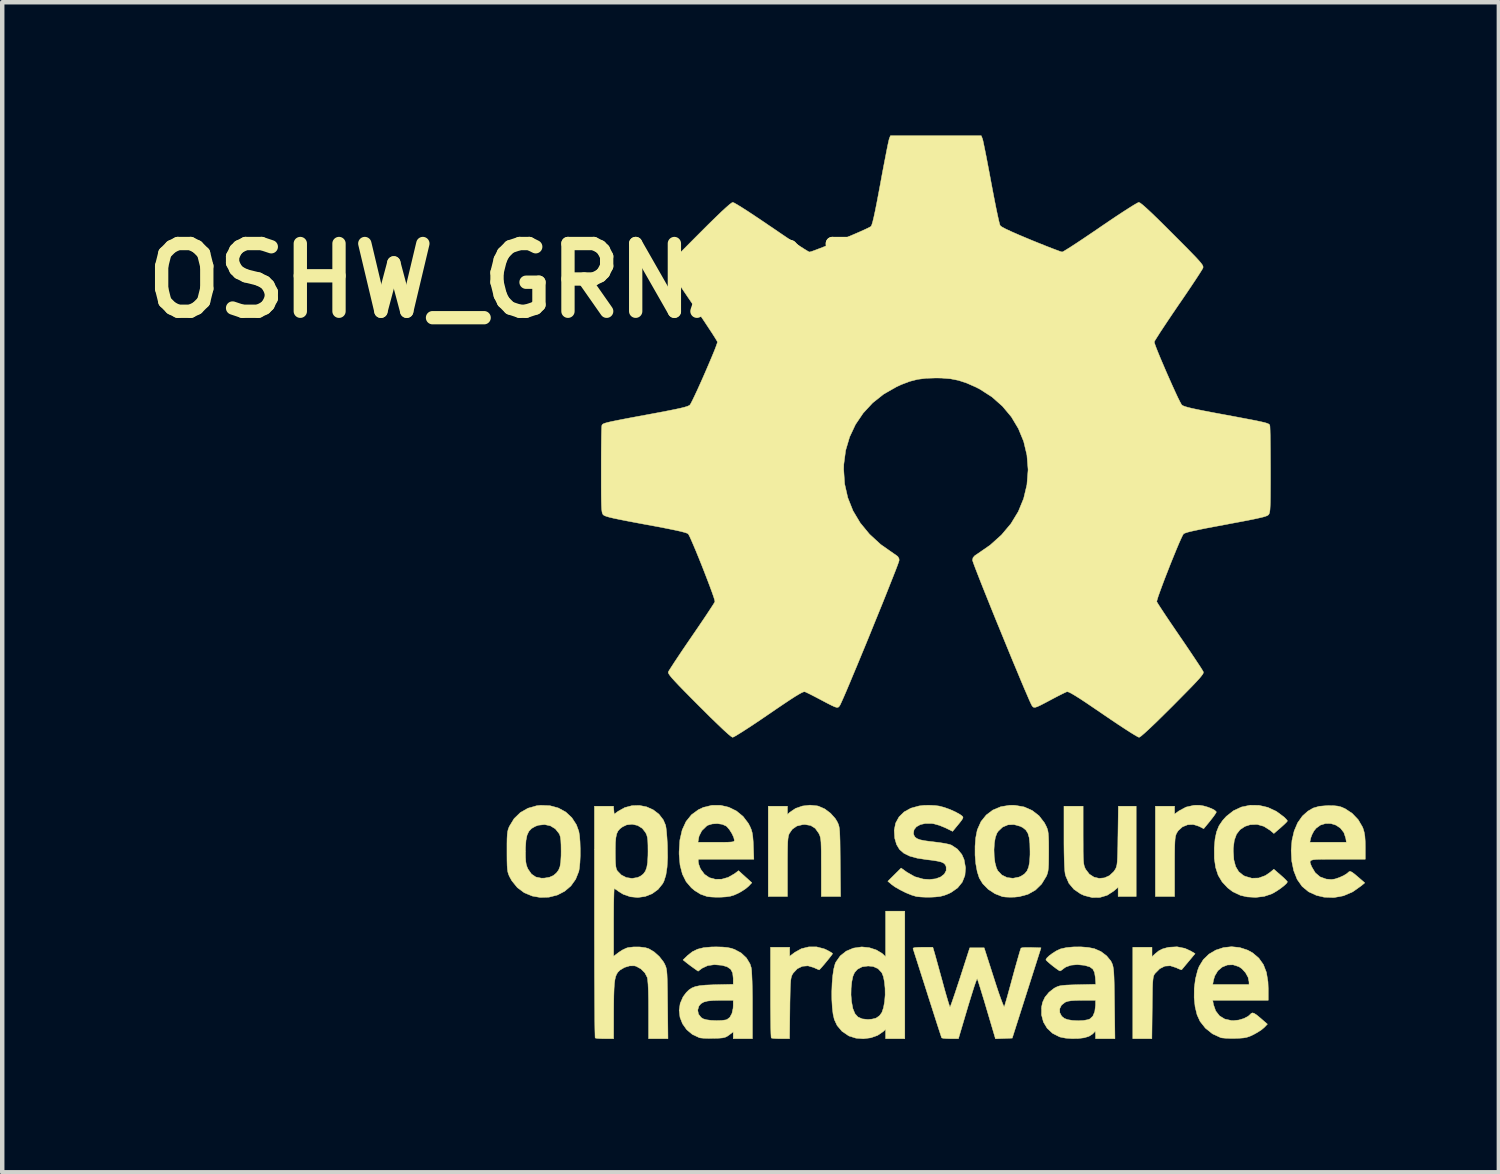
<source format=kicad_pcb>
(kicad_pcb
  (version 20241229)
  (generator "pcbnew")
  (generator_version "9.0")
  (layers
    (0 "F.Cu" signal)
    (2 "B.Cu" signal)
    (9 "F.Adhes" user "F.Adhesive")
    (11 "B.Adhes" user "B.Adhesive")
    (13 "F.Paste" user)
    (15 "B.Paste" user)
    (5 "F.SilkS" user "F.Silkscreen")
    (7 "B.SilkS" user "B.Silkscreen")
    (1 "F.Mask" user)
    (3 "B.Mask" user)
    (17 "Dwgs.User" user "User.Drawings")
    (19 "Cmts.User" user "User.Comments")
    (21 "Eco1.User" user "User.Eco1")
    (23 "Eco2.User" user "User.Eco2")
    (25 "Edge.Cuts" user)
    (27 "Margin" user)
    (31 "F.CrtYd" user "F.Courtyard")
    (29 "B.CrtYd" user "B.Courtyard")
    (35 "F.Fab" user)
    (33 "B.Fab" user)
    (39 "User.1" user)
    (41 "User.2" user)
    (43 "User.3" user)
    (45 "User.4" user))
  (footprint "OSHW_GRNADE"
    (layer "F.Cu")
    (at 17.998 10.165)
    (property "Reference" "OSHW_GRNADE" (at -9.5 -6.9 0) (layer "F.SilkS") (effects (font (size 1.524 1.524) (thickness 0.3))))
    (attr through_hole)
    (fp_poly (pts (xy 6.038 4.922) (xy 6.132 4.949) (xy 6.22 4.983) (xy 6.287 5.019) (xy 6.322 5.052) (xy 6.325 5.06) (xy 6.309 5.091) (xy 6.269 5.15) (xy 6.21 5.226) (xy 6.183 5.261) (xy 6.041 5.434) (xy 5.937 5.381) (xy 5.807 5.34) (xy 5.679 5.345) (xy 5.562 5.393) (xy 5.466 5.48) (xy 5.429 5.539) (xy 5.416 5.571) (xy 5.405 5.611) (xy 5.397 5.666) (xy 5.392 5.742) (xy 5.388 5.845) (xy 5.386 5.982) (xy 5.385 6.16) (xy 5.385 6.293) (xy 5.385 6.96) (xy 4.953 6.96) (xy 4.953 4.928) (xy 5.385 4.928) (xy 5.385 5.106) (xy 5.485 5.033) (xy 5.644 4.948) (xy 5.822 4.908) (xy 5.951 4.907) (xy 6.038 4.922)) (stroke (width 0.01) (type solid)) (fill yes) (layer "F.SilkS"))
    (fp_poly (pts (xy 5.617 8.127) (xy 5.75 8.188) (xy 5.847 8.246) (xy 5.7 8.422) (xy 5.634 8.501) (xy 5.582 8.564) (xy 5.55 8.602) (xy 5.545 8.609) (xy 5.52 8.604) (xy 5.464 8.582) (xy 5.42 8.561) (xy 5.289 8.519) (xy 5.166 8.527) (xy 5.051 8.585) (xy 4.945 8.692) (xy 4.942 8.697) (xy 4.926 8.72) (xy 4.914 8.748) (xy 4.905 8.786) (xy 4.898 8.841) (xy 4.892 8.918) (xy 4.888 9.025) (xy 4.886 9.167) (xy 4.883 9.35) (xy 4.882 9.463) (xy 4.874 10.16) (xy 4.445 10.16) (xy 4.445 8.103) (xy 4.877 8.103) (xy 4.877 8.315) (xy 4.947 8.25) (xy 5.028 8.184) (xy 5.112 8.141) (xy 5.221 8.11) (xy 5.263 8.102) (xy 5.441 8.092) (xy 5.617 8.127)) (stroke (width 0.01) (type solid)) (fill yes) (layer "F.SilkS"))
    (fp_poly (pts (xy 3.327 5.584) (xy 3.328 5.784) (xy 3.328 5.94) (xy 3.33 6.059) (xy 3.334 6.148) (xy 3.34 6.213) (xy 3.349 6.261) (xy 3.361 6.298) (xy 3.376 6.333) (xy 3.385 6.35) (xy 3.467 6.457) (xy 3.57 6.524) (xy 3.687 6.552) (xy 3.806 6.541) (xy 3.92 6.49) (xy 4.017 6.399) (xy 4.05 6.35) (xy 4.066 6.32) (xy 4.078 6.285) (xy 4.088 6.241) (xy 4.095 6.179) (xy 4.1 6.093) (xy 4.104 5.977) (xy 4.108 5.824) (xy 4.11 5.628) (xy 4.111 5.594) (xy 4.12 4.928) (xy 4.521 4.928) (xy 4.521 6.96) (xy 4.115 6.96) (xy 4.115 6.752) (xy 4.013 6.839) (xy 3.867 6.933) (xy 3.704 6.981) (xy 3.53 6.983) (xy 3.353 6.938) (xy 3.272 6.902) (xy 3.119 6.797) (xy 3.006 6.662) (xy 2.935 6.497) (xy 2.923 6.451) (xy 2.915 6.387) (xy 2.908 6.279) (xy 2.902 6.134) (xy 2.898 5.96) (xy 2.896 5.762) (xy 2.896 5.625) (xy 2.896 4.928) (xy 3.327 4.928) (xy 3.327 5.584)) (stroke (width 0.01) (type solid)) (fill yes) (layer "F.SilkS"))
    (fp_poly (pts (xy -2.671 8.094) (xy -2.5 8.138) (xy -2.445 8.163) (xy -2.374 8.201) (xy -2.325 8.231) (xy -2.311 8.245) (xy -2.326 8.27) (xy -2.366 8.322) (xy -2.42 8.39) (xy -2.481 8.464) (xy -2.539 8.532) (xy -2.585 8.584) (xy -2.611 8.61) (xy -2.613 8.611) (xy -2.641 8.6) (xy -2.699 8.575) (xy -2.735 8.558) (xy -2.865 8.52) (xy -2.991 8.53) (xy -3.104 8.585) (xy -3.197 8.683) (xy -3.22 8.721) (xy -3.233 8.751) (xy -3.244 8.792) (xy -3.253 8.848) (xy -3.259 8.927) (xy -3.264 9.035) (xy -3.267 9.178) (xy -3.271 9.362) (xy -3.272 9.481) (xy -3.28 10.16) (xy -3.477 10.16) (xy -3.573 10.158) (xy -3.648 10.153) (xy -3.689 10.145) (xy -3.691 10.143) (xy -3.695 10.115) (xy -3.699 10.041) (xy -3.702 9.928) (xy -3.704 9.78) (xy -3.706 9.604) (xy -3.708 9.404) (xy -3.708 9.187) (xy -3.708 9.114) (xy -3.708 8.103) (xy -3.277 8.103) (xy -3.277 8.305) (xy -3.162 8.218) (xy -3.013 8.135) (xy -2.846 8.094) (xy -2.671 8.094)) (stroke (width 0.01) (type solid)) (fill yes) (layer "F.SilkS"))
    (fp_poly (pts (xy -2.655 4.921) (xy -2.627 4.928) (xy -2.488 4.989) (xy -2.357 5.087) (xy -2.25 5.207) (xy -2.21 5.273) (xy -2.192 5.309) (xy -2.178 5.343) (xy -2.167 5.382) (xy -2.158 5.432) (xy -2.152 5.499) (xy -2.148 5.588) (xy -2.144 5.707) (xy -2.142 5.86) (xy -2.14 6.055) (xy -2.139 6.179) (xy -2.131 6.96) (xy -2.565 6.96) (xy -2.565 6.305) (xy -2.566 6.104) (xy -2.566 5.948) (xy -2.569 5.829) (xy -2.572 5.74) (xy -2.578 5.675) (xy -2.587 5.626) (xy -2.599 5.587) (xy -2.615 5.551) (xy -2.623 5.536) (xy -2.701 5.427) (xy -2.803 5.362) (xy -2.932 5.34) (xy -2.98 5.342) (xy -3.115 5.374) (xy -3.218 5.446) (xy -3.283 5.539) (xy -3.297 5.571) (xy -3.307 5.611) (xy -3.315 5.666) (xy -3.321 5.742) (xy -3.324 5.845) (xy -3.326 5.982) (xy -3.327 6.16) (xy -3.327 6.293) (xy -3.327 6.96) (xy -3.759 6.96) (xy -3.759 4.928) (xy -3.327 4.928) (xy -3.327 5.114) (xy -3.27 5.062) (xy -3.143 4.977) (xy -2.989 4.924) (xy -2.821 4.904) (xy -2.655 4.921)) (stroke (width 0.01) (type solid)) (fill yes) (layer "F.SilkS"))
    (fp_poly (pts (xy 7.285 4.909) (xy 7.484 4.955) (xy 7.675 5.044) (xy 7.852 5.175) (xy 7.855 5.178) (xy 7.9 5.224) (xy 7.924 5.256) (xy 7.925 5.26) (xy 7.907 5.284) (xy 7.859 5.332) (xy 7.792 5.393) (xy 7.773 5.41) (xy 7.62 5.542) (xy 7.538 5.472) (xy 7.395 5.381) (xy 7.243 5.338) (xy 7.088 5.344) (xy 6.97 5.382) (xy 6.859 5.455) (xy 6.779 5.558) (xy 6.729 5.696) (xy 6.707 5.873) (xy 6.706 5.944) (xy 6.719 6.135) (xy 6.759 6.286) (xy 6.828 6.401) (xy 6.928 6.483) (xy 6.97 6.505) (xy 7.124 6.549) (xy 7.279 6.544) (xy 7.429 6.489) (xy 7.537 6.415) (xy 7.619 6.346) (xy 7.772 6.479) (xy 7.844 6.543) (xy 7.897 6.596) (xy 7.924 6.628) (xy 7.925 6.631) (xy 7.905 6.664) (xy 7.852 6.714) (xy 7.777 6.773) (xy 7.691 6.832) (xy 7.605 6.883) (xy 7.57 6.901) (xy 7.403 6.957) (xy 7.214 6.98) (xy 7.02 6.969) (xy 6.867 6.934) (xy 6.694 6.852) (xy 6.58 6.765) (xy 6.456 6.632) (xy 6.366 6.482) (xy 6.309 6.307) (xy 6.28 6.103) (xy 6.279 5.866) (xy 6.296 5.666) (xy 6.33 5.505) (xy 6.385 5.369) (xy 6.467 5.248) (xy 6.551 5.155) (xy 6.712 5.029) (xy 6.892 4.946) (xy 7.086 4.906) (xy 7.285 4.909)) (stroke (width 0.01) (type solid)) (fill yes) (layer "F.SilkS"))
    (fp_poly (pts (xy -0.686 10.16) (xy -1.118 10.16) (xy -1.118 9.948) (xy -1.175 10.002) (xy -1.299 10.086) (xy -1.452 10.14) (xy -1.619 10.161) (xy -1.786 10.148) (xy -1.94 10.1) (xy -1.951 10.094) (xy -2.099 9.994) (xy -2.21 9.862) (xy -2.272 9.729) (xy -2.3 9.608) (xy -2.318 9.455) (xy -2.328 9.281) (xy -2.329 9.175) (xy -1.897 9.175) (xy -1.885 9.323) (xy -1.855 9.482) (xy -1.808 9.597) (xy -1.74 9.672) (xy -1.645 9.714) (xy -1.518 9.728) (xy -1.516 9.728) (xy -1.426 9.72) (xy -1.345 9.701) (xy -1.323 9.691) (xy -1.253 9.641) (xy -1.201 9.568) (xy -1.165 9.462) (xy -1.14 9.322) (xy -1.128 9.176) (xy -1.13 9.026) (xy -1.144 8.883) (xy -1.168 8.763) (xy -1.202 8.678) (xy -1.205 8.673) (xy -1.288 8.584) (xy -1.398 8.535) (xy -1.511 8.524) (xy -1.647 8.542) (xy -1.752 8.598) (xy -1.818 8.674) (xy -1.854 8.757) (xy -1.879 8.878) (xy -1.894 9.021) (xy -1.897 9.175) (xy -2.329 9.175) (xy -2.329 9.096) (xy -2.322 8.912) (xy -2.307 8.74) (xy -2.285 8.592) (xy -2.255 8.477) (xy -2.239 8.439) (xy -2.139 8.297) (xy -2.005 8.19) (xy -1.843 8.122) (xy -1.659 8.095) (xy -1.651 8.095) (xy -1.485 8.112) (xy -1.33 8.162) (xy -1.2 8.239) (xy -1.175 8.261) (xy -1.118 8.315) (xy -1.118 7.29) (xy -0.686 7.29) (xy -0.686 10.16)) (stroke (width 0.01) (type solid)) (fill yes) (layer "F.SilkS"))
    (fp_poly (pts (xy 6.852 8.109) (xy 7.031 8.168) (xy 7.142 8.229) (xy 7.281 8.347) (xy 7.384 8.492) (xy 7.452 8.668) (xy 7.487 8.88) (xy 7.493 9.03) (xy 7.493 9.296) (xy 6.243 9.296) (xy 6.26 9.392) (xy 6.31 9.535) (xy 6.395 9.645) (xy 6.514 9.718) (xy 6.662 9.751) (xy 6.711 9.753) (xy 6.831 9.74) (xy 6.947 9.705) (xy 7.042 9.655) (xy 7.083 9.618) (xy 7.111 9.59) (xy 7.14 9.579) (xy 7.178 9.591) (xy 7.233 9.627) (xy 7.312 9.692) (xy 7.381 9.752) (xy 7.474 9.833) (xy 7.401 9.909) (xy 7.34 9.96) (xy 7.252 10.017) (xy 7.164 10.066) (xy 7.081 10.105) (xy 7.01 10.129) (xy 6.934 10.143) (xy 6.836 10.15) (xy 6.744 10.153) (xy 6.629 10.153) (xy 6.526 10.149) (xy 6.451 10.142) (xy 6.426 10.137) (xy 6.239 10.051) (xy 6.079 9.923) (xy 5.959 9.771) (xy 5.891 9.622) (xy 5.847 9.441) (xy 5.826 9.238) (xy 5.828 9.025) (xy 5.839 8.941) (xy 6.243 8.941) (xy 7.061 8.941) (xy 7.061 8.883) (xy 7.04 8.78) (xy 6.982 8.675) (xy 6.9 8.585) (xy 6.833 8.539) (xy 6.701 8.497) (xy 6.573 8.501) (xy 6.457 8.548) (xy 6.359 8.631) (xy 6.289 8.748) (xy 6.26 8.846) (xy 6.243 8.941) (xy 5.839 8.941) (xy 5.855 8.815) (xy 5.905 8.62) (xy 5.938 8.534) (xy 6.032 8.38) (xy 6.159 8.257) (xy 6.313 8.166) (xy 6.485 8.11) (xy 6.667 8.09) (xy 6.852 8.109)) (stroke (width 0.01) (type solid)) (fill yes) (layer "F.SilkS"))
    (fp_poly (pts (xy 1.792 4.908) (xy 1.998 4.944) (xy 2.18 5.024) (xy 2.334 5.143) (xy 2.456 5.301) (xy 2.498 5.382) (xy 2.518 5.429) (xy 2.533 5.479) (xy 2.542 5.539) (xy 2.548 5.619) (xy 2.552 5.728) (xy 2.553 5.875) (xy 2.553 5.944) (xy 2.552 6.108) (xy 2.55 6.231) (xy 2.545 6.321) (xy 2.537 6.387) (xy 2.524 6.44) (xy 2.507 6.487) (xy 2.498 6.506) (xy 2.392 6.68) (xy 2.254 6.815) (xy 2.086 6.91) (xy 1.89 6.963) (xy 1.786 6.974) (xy 1.679 6.976) (xy 1.583 6.972) (xy 1.516 6.964) (xy 1.511 6.963) (xy 1.342 6.897) (xy 1.19 6.797) (xy 1.067 6.671) (xy 0.99 6.544) (xy 0.944 6.401) (xy 0.912 6.225) (xy 0.895 6.029) (xy 0.895 5.906) (xy 1.321 5.906) (xy 1.326 6.059) (xy 1.344 6.201) (xy 1.376 6.319) (xy 1.406 6.38) (xy 1.498 6.477) (xy 1.616 6.534) (xy 1.748 6.55) (xy 1.884 6.523) (xy 1.933 6.501) (xy 2.009 6.451) (xy 2.064 6.386) (xy 2.101 6.298) (xy 2.123 6.179) (xy 2.132 6.021) (xy 2.132 5.944) (xy 2.128 5.768) (xy 2.113 5.635) (xy 2.084 5.536) (xy 2.037 5.463) (xy 1.971 5.41) (xy 1.915 5.381) (xy 1.771 5.341) (xy 1.635 5.347) (xy 1.515 5.398) (xy 1.416 5.492) (xy 1.388 5.534) (xy 1.352 5.629) (xy 1.33 5.758) (xy 1.321 5.906) (xy 0.895 5.906) (xy 0.895 5.828) (xy 0.91 5.639) (xy 0.942 5.475) (xy 0.949 5.452) (xy 1.029 5.273) (xy 1.147 5.126) (xy 1.296 5.014) (xy 1.473 4.94) (xy 1.673 4.907) (xy 1.792 4.908)) (stroke (width 0.01) (type solid)) (fill yes) (layer "F.SilkS"))
    (fp_poly (pts (xy -4.832 4.908) (xy -4.646 4.952) (xy -4.475 5.036) (xy -4.326 5.158) (xy -4.207 5.314) (xy -4.17 5.385) (xy -4.14 5.456) (xy -4.12 5.527) (xy -4.107 5.612) (xy -4.098 5.724) (xy -4.094 5.823) (xy -4.083 6.121) (xy -5.334 6.121) (xy -5.334 6.18) (xy -5.323 6.236) (xy -5.294 6.314) (xy -5.277 6.35) (xy -5.194 6.461) (xy -5.084 6.536) (xy -4.953 6.572) (xy -4.81 6.571) (xy -4.662 6.53) (xy -4.519 6.448) (xy -4.508 6.44) (xy -4.428 6.379) (xy -4.278 6.515) (xy -4.128 6.65) (xy -4.203 6.73) (xy -4.267 6.784) (xy -4.357 6.843) (xy -4.438 6.888) (xy -4.53 6.929) (xy -4.614 6.954) (xy -4.711 6.968) (xy -4.819 6.975) (xy -4.934 6.976) (xy -5.041 6.971) (xy -5.123 6.962) (xy -5.138 6.959) (xy -5.283 6.908) (xy -5.415 6.826) (xy -5.49 6.763) (xy -5.607 6.626) (xy -5.691 6.457) (xy -5.744 6.251) (xy -5.765 6.008) (xy -5.765 5.952) (xy -5.751 5.74) (xy -5.341 5.74) (xy -4.931 5.74) (xy -4.778 5.74) (xy -4.668 5.738) (xy -4.595 5.734) (xy -4.551 5.728) (xy -4.529 5.717) (xy -4.522 5.702) (xy -4.521 5.695) (xy -4.537 5.627) (xy -4.578 5.541) (xy -4.632 5.455) (xy -4.69 5.388) (xy -4.707 5.374) (xy -4.795 5.335) (xy -4.907 5.319) (xy -5.022 5.327) (xy -5.12 5.357) (xy -5.146 5.374) (xy -5.254 5.479) (xy -5.315 5.599) (xy -5.325 5.646) (xy -5.341 5.74) (xy -5.751 5.74) (xy -5.748 5.689) (xy -5.696 5.462) (xy -5.609 5.273) (xy -5.487 5.121) (xy -5.331 5.007) (xy -5.218 4.954) (xy -5.025 4.908) (xy -4.832 4.908)) (stroke (width 0.01) (type solid)) (fill yes) (layer "F.SilkS"))
    (fp_poly (pts (xy -8.671 4.917) (xy -8.481 4.969) (xy -8.315 5.06) (xy -8.179 5.187) (xy -8.076 5.346) (xy -8.022 5.494) (xy -8.006 5.593) (xy -7.995 5.729) (xy -7.99 5.885) (xy -7.99 6.046) (xy -7.997 6.198) (xy -8.01 6.325) (xy -8.022 6.394) (xy -8.093 6.572) (xy -8.201 6.723) (xy -8.342 6.843) (xy -8.508 6.928) (xy -8.693 6.975) (xy -8.892 6.981) (xy -9.069 6.95) (xy -9.249 6.876) (xy -9.405 6.76) (xy -9.53 6.606) (xy -9.586 6.504) (xy -9.605 6.457) (xy -9.62 6.407) (xy -9.629 6.346) (xy -9.635 6.265) (xy -9.638 6.154) (xy -9.639 6.005) (xy -9.639 5.947) (xy -9.223 5.947) (xy -9.222 6.078) (xy -9.216 6.171) (xy -9.205 6.241) (xy -9.185 6.3) (xy -9.165 6.344) (xy -9.088 6.455) (xy -8.989 6.522) (xy -8.863 6.548) (xy -8.794 6.546) (xy -8.683 6.527) (xy -8.598 6.49) (xy -8.59 6.485) (xy -8.524 6.428) (xy -8.477 6.365) (xy -8.446 6.286) (xy -8.429 6.182) (xy -8.421 6.043) (xy -8.42 5.944) (xy -8.422 5.799) (xy -8.427 5.695) (xy -8.437 5.622) (xy -8.453 5.569) (xy -8.464 5.546) (xy -8.55 5.438) (xy -8.662 5.369) (xy -8.793 5.341) (xy -8.933 5.356) (xy -9.001 5.381) (xy -9.085 5.429) (xy -9.146 5.493) (xy -9.187 5.58) (xy -9.211 5.699) (xy -9.222 5.856) (xy -9.223 5.947) (xy -9.639 5.947) (xy -9.639 5.944) (xy -9.639 5.779) (xy -9.637 5.657) (xy -9.632 5.566) (xy -9.624 5.5) (xy -9.611 5.447) (xy -9.593 5.4) (xy -9.585 5.382) (xy -9.479 5.208) (xy -9.338 5.071) (xy -9.168 4.974) (xy -8.972 4.918) (xy -8.879 4.908) (xy -8.671 4.917)) (stroke (width 0.01) (type solid)) (fill yes) (layer "F.SilkS"))
    (fp_poly (pts (xy 8.971 4.917) (xy 9.057 4.926) (xy 9.13 4.944) (xy 9.206 4.977) (xy 9.226 4.986) (xy 9.384 5.091) (xy 9.517 5.231) (xy 9.613 5.395) (xy 9.626 5.426) (xy 9.651 5.509) (xy 9.667 5.599) (xy 9.675 5.713) (xy 9.677 5.843) (xy 9.677 6.121) (xy 9.055 6.121) (xy 8.855 6.121) (xy 8.701 6.122) (xy 8.588 6.125) (xy 8.509 6.132) (xy 8.461 6.145) (xy 8.438 6.164) (xy 8.434 6.192) (xy 8.446 6.23) (xy 8.466 6.28) (xy 8.472 6.294) (xy 8.551 6.426) (xy 8.659 6.518) (xy 8.797 6.568) (xy 8.915 6.578) (xy 8.996 6.566) (xy 9.094 6.533) (xy 9.191 6.489) (xy 9.267 6.442) (xy 9.293 6.418) (xy 9.315 6.399) (xy 9.342 6.396) (xy 9.381 6.415) (xy 9.44 6.459) (xy 9.526 6.532) (xy 9.563 6.564) (xy 9.665 6.653) (xy 9.588 6.718) (xy 9.394 6.855) (xy 9.187 6.944) (xy 8.969 6.984) (xy 8.747 6.975) (xy 8.578 6.935) (xy 8.401 6.854) (xy 8.256 6.734) (xy 8.144 6.575) (xy 8.066 6.378) (xy 8.023 6.169) (xy 8.009 5.928) (xy 8.024 5.74) (xy 8.429 5.74) (xy 9.252 5.74) (xy 9.237 5.646) (xy 9.195 5.521) (xy 9.119 5.423) (xy 9.019 5.355) (xy 8.905 5.319) (xy 8.786 5.317) (xy 8.671 5.351) (xy 8.571 5.423) (xy 8.522 5.484) (xy 8.479 5.564) (xy 8.449 5.644) (xy 8.446 5.658) (xy 8.429 5.74) (xy 8.024 5.74) (xy 8.027 5.698) (xy 8.076 5.487) (xy 8.154 5.303) (xy 8.258 5.155) (xy 8.27 5.142) (xy 8.387 5.038) (xy 8.506 4.969) (xy 8.642 4.93) (xy 8.808 4.916) (xy 8.852 4.915) (xy 8.971 4.917)) (stroke (width 0.01) (type solid)) (fill yes) (layer "F.SilkS"))
    (fp_poly (pts (xy -4.785 8.098) (xy -4.678 8.108) (xy -4.588 8.127) (xy -4.516 8.152) (xy -4.369 8.231) (xy -4.25 8.343) (xy -4.169 8.477) (xy -4.142 8.563) (xy -4.134 8.625) (xy -4.128 8.731) (xy -4.122 8.874) (xy -4.118 9.048) (xy -4.115 9.245) (xy -4.115 9.425) (xy -4.115 10.16) (xy -4.547 10.16) (xy -4.547 10.005) (xy -4.639 10.076) (xy -4.686 10.108) (xy -4.731 10.129) (xy -4.789 10.142) (xy -4.871 10.149) (xy -4.988 10.152) (xy -5.105 10.153) (xy -5.208 10.15) (xy -5.283 10.143) (xy -5.309 10.138) (xy -5.468 10.063) (xy -5.595 9.956) (xy -5.688 9.825) (xy -5.745 9.679) (xy -5.763 9.523) (xy -5.763 9.518) (xy -5.347 9.518) (xy -5.329 9.607) (xy -5.271 9.682) (xy -5.225 9.712) (xy -5.151 9.734) (xy -5.045 9.748) (xy -4.925 9.753) (xy -4.809 9.75) (xy -4.715 9.737) (xy -4.687 9.728) (xy -4.623 9.679) (xy -4.575 9.59) (xy -4.55 9.474) (xy -4.547 9.412) (xy -4.547 9.296) (xy -4.831 9.296) (xy -4.997 9.3) (xy -5.121 9.312) (xy -5.21 9.335) (xy -5.272 9.371) (xy -5.316 9.421) (xy -5.32 9.428) (xy -5.347 9.518) (xy -5.763 9.518) (xy -5.741 9.367) (xy -5.676 9.218) (xy -5.604 9.122) (xy -5.544 9.063) (xy -5.479 9.019) (xy -5.401 8.988) (xy -5.301 8.967) (xy -5.17 8.954) (xy -5 8.947) (xy -4.947 8.945) (xy -4.547 8.936) (xy -4.547 8.8) (xy -4.56 8.681) (xy -4.604 8.597) (xy -4.685 8.541) (xy -4.801 8.508) (xy -4.971 8.494) (xy -5.122 8.515) (xy -5.244 8.572) (xy -5.253 8.578) (xy -5.337 8.641) (xy -5.431 8.575) (xy -5.51 8.518) (xy -5.587 8.459) (xy -5.601 8.448) (xy -5.677 8.387) (xy -5.571 8.285) (xy -5.467 8.203) (xy -5.35 8.146) (xy -5.21 8.111) (xy -5.037 8.096) (xy -4.928 8.094) (xy -4.785 8.098)) (stroke (width 0.01) (type solid)) (fill yes) (layer "F.SilkS"))
    (fp_poly (pts (xy -0.006 4.913) (xy 0.088 4.925) (xy 0.201 4.955) (xy 0.329 5.001) (xy 0.453 5.057) (xy 0.556 5.114) (xy 0.594 5.141) (xy 0.615 5.16) (xy 0.624 5.178) (xy 0.617 5.205) (xy 0.59 5.247) (xy 0.539 5.313) (xy 0.459 5.41) (xy 0.451 5.42) (xy 0.39 5.494) (xy 0.225 5.413) (xy 0.096 5.36) (xy -0.032 5.324) (xy -0.084 5.316) (xy -0.222 5.316) (xy -0.337 5.342) (xy -0.425 5.391) (xy -0.478 5.458) (xy -0.491 5.538) (xy -0.481 5.58) (xy -0.456 5.623) (xy -0.413 5.656) (xy -0.345 5.683) (xy -0.244 5.704) (xy -0.103 5.723) (xy -0.032 5.731) (xy 0.097 5.747) (xy 0.215 5.766) (xy 0.31 5.786) (xy 0.364 5.804) (xy 0.498 5.893) (xy 0.598 6.015) (xy 0.648 6.129) (xy 0.681 6.316) (xy 0.667 6.486) (xy 0.607 6.637) (xy 0.503 6.766) (xy 0.354 6.87) (xy 0.301 6.896) (xy 0.204 6.934) (xy 0.112 6.958) (xy 0.003 6.97) (xy -0.088 6.975) (xy -0.207 6.976) (xy -0.321 6.971) (xy -0.411 6.962) (xy -0.43 6.959) (xy -0.536 6.927) (xy -0.663 6.875) (xy -0.793 6.81) (xy -0.909 6.743) (xy -0.985 6.688) (xy -1.068 6.617) (xy -0.918 6.468) (xy -0.769 6.32) (xy -0.638 6.414) (xy -0.46 6.515) (xy -0.272 6.568) (xy -0.129 6.577) (xy 0.008 6.562) (xy 0.121 6.52) (xy 0.202 6.457) (xy 0.245 6.379) (xy 0.245 6.292) (xy 0.226 6.246) (xy 0.192 6.211) (xy 0.134 6.184) (xy 0.045 6.163) (xy -0.082 6.143) (xy -0.188 6.131) (xy -0.404 6.098) (xy -0.576 6.051) (xy -0.708 5.986) (xy -0.805 5.901) (xy -0.871 5.791) (xy -0.911 5.654) (xy -0.912 5.651) (xy -0.924 5.469) (xy -0.892 5.308) (xy -0.816 5.169) (xy -0.702 5.057) (xy -0.55 4.973) (xy -0.364 4.922) (xy -0.254 4.909) (xy -0.133 4.907) (xy -0.006 4.913)) (stroke (width 0.01) (type solid)) (fill yes) (layer "F.SilkS"))
    (fp_poly (pts (xy -0.017 8.231) (xy 0.001 8.294) (xy 0.029 8.396) (xy 0.066 8.529) (xy 0.108 8.683) (xy 0.154 8.848) (xy 0.169 8.904) (xy 0.212 9.062) (xy 0.252 9.201) (xy 0.286 9.316) (xy 0.312 9.399) (xy 0.327 9.443) (xy 0.331 9.449) (xy 0.342 9.426) (xy 0.367 9.36) (xy 0.402 9.259) (xy 0.447 9.127) (xy 0.498 8.972) (xy 0.555 8.8) (xy 0.561 8.782) (xy 0.776 8.115) (xy 1.1 8.115) (xy 1.318 8.794) (xy 1.374 8.968) (xy 1.426 9.124) (xy 1.472 9.254) (xy 1.51 9.355) (xy 1.537 9.42) (xy 1.551 9.443) (xy 1.552 9.442) (xy 1.563 9.41) (xy 1.585 9.336) (xy 1.617 9.226) (xy 1.655 9.088) (xy 1.699 8.928) (xy 1.74 8.776) (xy 1.787 8.604) (xy 1.831 8.448) (xy 1.869 8.315) (xy 1.899 8.211) (xy 1.92 8.144) (xy 1.93 8.121) (xy 1.962 8.112) (xy 2.032 8.107) (xy 2.126 8.107) (xy 2.164 8.108) (xy 2.38 8.115) (xy 2.056 9.131) (xy 1.732 10.147) (xy 1.543 10.155) (xy 1.354 10.162) (xy 1.156 9.494) (xy 1.104 9.318) (xy 1.055 9.159) (xy 1.013 9.021) (xy 0.979 8.913) (xy 0.955 8.84) (xy 0.943 8.809) (xy 0.943 8.809) (xy 0.932 8.828) (xy 0.909 8.889) (xy 0.875 8.987) (xy 0.834 9.117) (xy 0.786 9.271) (xy 0.733 9.444) (xy 0.724 9.475) (xy 0.521 10.16) (xy 0.338 10.16) (xy 0.247 10.157) (xy 0.178 10.151) (xy 0.145 10.142) (xy 0.144 10.141) (xy 0.134 10.113) (xy 0.111 10.043) (xy 0.075 9.934) (xy 0.029 9.792) (xy -0.025 9.623) (xy -0.086 9.432) (xy -0.153 9.224) (xy -0.178 9.144) (xy -0.246 8.93) (xy -0.31 8.731) (xy -0.367 8.552) (xy -0.416 8.398) (xy -0.456 8.274) (xy -0.484 8.186) (xy -0.499 8.14) (xy -0.501 8.134) (xy -0.494 8.119) (xy -0.454 8.109) (xy -0.375 8.104) (xy -0.284 8.103) (xy -0.055 8.103) (xy -0.017 8.231)) (stroke (width 0.01) (type solid)) (fill yes) (layer "F.SilkS"))
    (fp_poly (pts (xy 3.443 8.107) (xy 3.579 8.134) (xy 3.582 8.135) (xy 3.728 8.199) (xy 3.855 8.295) (xy 3.95 8.41) (xy 3.977 8.464) (xy 3.991 8.5) (xy 4.001 8.543) (xy 4.01 8.599) (xy 4.017 8.673) (xy 4.022 8.773) (xy 4.026 8.903) (xy 4.029 9.071) (xy 4.032 9.281) (xy 4.033 9.366) (xy 4.043 10.16) (xy 3.607 10.16) (xy 3.606 10.065) (xy 3.603 10.007) (xy 3.595 9.994) (xy 3.578 10.016) (xy 3.539 10.055) (xy 3.473 10.098) (xy 3.445 10.111) (xy 3.346 10.14) (xy 3.214 10.156) (xy 3.07 10.158) (xy 2.929 10.147) (xy 2.81 10.123) (xy 2.795 10.118) (xy 2.639 10.039) (xy 2.518 9.926) (xy 2.434 9.786) (xy 2.391 9.625) (xy 2.392 9.486) (xy 2.8 9.486) (xy 2.802 9.574) (xy 2.845 9.655) (xy 2.903 9.703) (xy 2.981 9.732) (xy 3.092 9.75) (xy 3.217 9.756) (xy 3.338 9.75) (xy 3.44 9.731) (xy 3.48 9.715) (xy 3.546 9.653) (xy 3.589 9.55) (xy 3.606 9.412) (xy 3.607 9.392) (xy 3.607 9.296) (xy 3.308 9.296) (xy 3.165 9.298) (xy 3.062 9.305) (xy 2.987 9.317) (xy 2.931 9.336) (xy 2.921 9.341) (xy 2.84 9.405) (xy 2.8 9.486) (xy 2.392 9.486) (xy 2.392 9.448) (xy 2.415 9.34) (xy 2.469 9.225) (xy 2.56 9.115) (xy 2.675 9.025) (xy 2.703 9.01) (xy 2.748 8.988) (xy 2.798 8.972) (xy 2.861 8.962) (xy 2.948 8.954) (xy 3.068 8.949) (xy 3.21 8.945) (xy 3.613 8.936) (xy 3.602 8.785) (xy 3.584 8.67) (xy 3.545 8.593) (xy 3.475 8.543) (xy 3.365 8.511) (xy 3.353 8.508) (xy 3.195 8.493) (xy 3.053 8.506) (xy 2.938 8.547) (xy 2.897 8.575) (xy 2.846 8.615) (xy 2.811 8.635) (xy 2.807 8.636) (xy 2.778 8.621) (xy 2.723 8.583) (xy 2.655 8.532) (xy 2.586 8.476) (xy 2.528 8.426) (xy 2.494 8.392) (xy 2.489 8.383) (xy 2.51 8.345) (xy 2.564 8.293) (xy 2.64 8.237) (xy 2.724 8.184) (xy 2.805 8.146) (xy 2.822 8.139) (xy 2.951 8.11) (xy 3.11 8.095) (xy 3.281 8.094) (xy 3.443 8.107)) (stroke (width 0.01) (type solid)) (fill yes) (layer "F.SilkS"))
    (fp_poly (pts (xy -6.496 4.943) (xy -6.347 5.01) (xy -6.22 5.107) (xy -6.121 5.235) (xy -6.069 5.357) (xy -6.059 5.415) (xy -6.048 5.512) (xy -6.038 5.636) (xy -6.03 5.774) (xy -6.028 5.817) (xy -6.024 6.082) (xy -6.036 6.301) (xy -6.063 6.479) (xy -6.107 6.617) (xy -6.134 6.67) (xy -6.239 6.801) (xy -6.373 6.898) (xy -6.528 6.959) (xy -6.694 6.982) (xy -6.862 6.966) (xy -7.023 6.91) (xy -7.128 6.845) (xy -7.183 6.805) (xy -7.219 6.783) (xy -7.225 6.782) (xy -7.228 6.806) (xy -7.231 6.875) (xy -7.234 6.982) (xy -7.237 7.122) (xy -7.238 7.287) (xy -7.239 7.473) (xy -7.239 7.544) (xy -7.239 8.305) (xy -7.124 8.218) (xy -7.041 8.164) (xy -6.955 8.123) (xy -6.915 8.11) (xy -6.787 8.095) (xy -6.65 8.096) (xy -6.524 8.112) (xy -6.448 8.135) (xy -6.327 8.207) (xy -6.211 8.311) (xy -6.117 8.432) (xy -6.091 8.479) (xy -6.075 8.514) (xy -6.061 8.55) (xy -6.051 8.591) (xy -6.043 8.645) (xy -6.037 8.718) (xy -6.033 8.815) (xy -6.03 8.943) (xy -6.027 9.108) (xy -6.025 9.315) (xy -6.024 9.379) (xy -6.016 10.16) (xy -6.452 10.16) (xy -6.452 9.522) (xy -6.453 9.282) (xy -6.457 9.086) (xy -6.464 8.935) (xy -6.473 8.831) (xy -6.481 8.784) (xy -6.536 8.678) (xy -6.625 8.589) (xy -6.732 8.53) (xy -6.772 8.52) (xy -6.877 8.521) (xy -6.991 8.555) (xy -7.092 8.614) (xy -7.144 8.665) (xy -7.171 8.708) (xy -7.193 8.761) (xy -7.209 8.83) (xy -7.221 8.92) (xy -7.229 9.038) (xy -7.234 9.19) (xy -7.237 9.383) (xy -7.238 9.557) (xy -7.239 10.16) (xy -7.438 10.16) (xy -7.534 10.158) (xy -7.61 10.153) (xy -7.651 10.145) (xy -7.654 10.143) (xy -7.656 10.116) (xy -7.658 10.041) (xy -7.661 9.923) (xy -7.663 9.763) (xy -7.664 9.567) (xy -7.666 9.336) (xy -7.667 9.076) (xy -7.669 8.788) (xy -7.67 8.476) (xy -7.67 8.144) (xy -7.671 7.796) (xy -7.671 7.527) (xy -7.671 5.957) (xy -7.201 5.957) (xy -7.2 6.105) (xy -7.196 6.212) (xy -7.189 6.286) (xy -7.178 6.337) (xy -7.161 6.375) (xy -7.155 6.384) (xy -7.066 6.476) (xy -6.952 6.534) (xy -6.824 6.553) (xy -6.698 6.532) (xy -6.634 6.502) (xy -6.57 6.453) (xy -6.524 6.39) (xy -6.493 6.306) (xy -6.474 6.192) (xy -6.466 6.039) (xy -6.465 5.944) (xy -6.466 5.804) (xy -6.47 5.704) (xy -6.479 5.631) (xy -6.494 5.576) (xy -6.517 5.525) (xy -6.517 5.524) (xy -6.594 5.426) (xy -6.699 5.361) (xy -6.82 5.334) (xy -6.943 5.347) (xy -7.038 5.392) (xy -7.098 5.437) (xy -7.141 5.487) (xy -7.17 5.55) (xy -7.188 5.635) (xy -7.198 5.751) (xy -7.201 5.906) (xy -7.201 5.957) (xy -7.671 5.957) (xy -7.671 4.928) (xy -7.242 4.928) (xy -7.234 5.018) (xy -7.226 5.108) (xy -7.14 5.044) (xy -6.988 4.959) (xy -6.825 4.916) (xy -6.658 4.911) (xy -6.496 4.943)) (stroke (width 0.01) (type solid)) (fill yes) (layer "F.SilkS"))
    (fp_poly (pts (xy 1.062 -10.09) (xy 1.073 -10.05) (xy 1.091 -9.965) (xy 1.116 -9.843) (xy 1.147 -9.689) (xy 1.181 -9.51) (xy 1.219 -9.311) (xy 1.257 -9.106) (xy 1.297 -8.895) (xy 1.335 -8.698) (xy 1.37 -8.522) (xy 1.402 -8.371) (xy 1.428 -8.253) (xy 1.448 -8.174) (xy 1.46 -8.138) (xy 1.498 -8.109) (xy 1.583 -8.063) (xy 1.716 -8.001) (xy 1.897 -7.922) (xy 2.126 -7.826) (xy 2.154 -7.814) (xy 2.327 -7.744) (xy 2.487 -7.68) (xy 2.625 -7.626) (xy 2.737 -7.584) (xy 2.815 -7.555) (xy 2.854 -7.544) (xy 2.856 -7.544) (xy 2.886 -7.558) (xy 2.952 -7.598) (xy 3.051 -7.66) (xy 3.177 -7.742) (xy 3.326 -7.841) (xy 3.492 -7.953) (xy 3.672 -8.075) (xy 3.712 -8.103) (xy 3.896 -8.228) (xy 4.067 -8.343) (xy 4.222 -8.445) (xy 4.356 -8.531) (xy 4.463 -8.598) (xy 4.539 -8.642) (xy 4.578 -8.661) (xy 4.581 -8.661) (xy 4.611 -8.647) (xy 4.667 -8.604) (xy 4.751 -8.53) (xy 4.865 -8.424) (xy 5.009 -8.285) (xy 5.185 -8.111) (xy 5.342 -7.954) (xy 5.52 -7.776) (xy 5.665 -7.63) (xy 5.78 -7.512) (xy 5.869 -7.42) (xy 5.934 -7.349) (xy 5.98 -7.295) (xy 6.008 -7.256) (xy 6.023 -7.227) (xy 6.027 -7.205) (xy 6.024 -7.187) (xy 6.022 -7.182) (xy 6.002 -7.146) (xy 5.957 -7.074) (xy 5.89 -6.97) (xy 5.804 -6.84) (xy 5.702 -6.688) (xy 5.589 -6.521) (xy 5.466 -6.342) (xy 5.462 -6.336) (xy 5.341 -6.158) (xy 5.23 -5.993) (xy 5.131 -5.844) (xy 5.048 -5.718) (xy 4.985 -5.618) (xy 4.943 -5.551) (xy 4.928 -5.52) (xy 4.928 -5.519) (xy 4.938 -5.48) (xy 4.966 -5.402) (xy 5.009 -5.293) (xy 5.064 -5.159) (xy 5.128 -5.01) (xy 5.196 -4.851) (xy 5.267 -4.69) (xy 5.336 -4.535) (xy 5.401 -4.392) (xy 5.458 -4.27) (xy 5.505 -4.176) (xy 5.537 -4.117) (xy 5.548 -4.101) (xy 5.573 -4.085) (xy 5.616 -4.068) (xy 5.683 -4.048) (xy 5.777 -4.025) (xy 5.903 -3.998) (xy 6.067 -3.965) (xy 6.272 -3.926) (xy 6.466 -3.89) (xy 6.721 -3.843) (xy 6.931 -3.803) (xy 7.101 -3.771) (xy 7.234 -3.745) (xy 7.335 -3.723) (xy 7.409 -3.706) (xy 7.46 -3.691) (xy 7.493 -3.678) (xy 7.513 -3.666) (xy 7.524 -3.653) (xy 7.528 -3.643) (xy 7.532 -3.609) (xy 7.535 -3.53) (xy 7.538 -3.412) (xy 7.54 -3.261) (xy 7.542 -3.083) (xy 7.543 -2.883) (xy 7.544 -2.667) (xy 7.544 -2.642) (xy 7.544 -2.394) (xy 7.543 -2.192) (xy 7.542 -2.031) (xy 7.54 -1.906) (xy 7.536 -1.811) (xy 7.532 -1.743) (xy 7.525 -1.695) (xy 7.517 -1.663) (xy 7.507 -1.642) (xy 7.499 -1.631) (xy 7.48 -1.616) (xy 7.443 -1.6) (xy 7.386 -1.582) (xy 7.303 -1.562) (xy 7.19 -1.537) (xy 7.042 -1.507) (xy 6.854 -1.471) (xy 6.623 -1.428) (xy 6.541 -1.412) (xy 6.283 -1.364) (xy 6.071 -1.324) (xy 5.902 -1.289) (xy 5.773 -1.261) (xy 5.68 -1.238) (xy 5.62 -1.218) (xy 5.589 -1.203) (xy 5.586 -1.2) (xy 5.564 -1.163) (xy 5.528 -1.087) (xy 5.48 -0.979) (xy 5.424 -0.846) (xy 5.362 -0.694) (xy 5.296 -0.532) (xy 5.231 -0.365) (xy 5.167 -0.202) (xy 5.109 -0.048) (xy 5.059 0.088) (xy 5.019 0.199) (xy 4.994 0.28) (xy 4.984 0.321) (xy 4.984 0.324) (xy 5.001 0.355) (xy 5.043 0.422) (xy 5.108 0.521) (xy 5.191 0.647) (xy 5.29 0.794) (xy 5.401 0.957) (xy 5.506 1.111) (xy 5.625 1.285) (xy 5.735 1.448) (xy 5.833 1.594) (xy 5.915 1.718) (xy 5.979 1.815) (xy 6.019 1.881) (xy 6.033 1.907) (xy 6.033 1.926) (xy 6.021 1.953) (xy 5.993 1.992) (xy 5.948 2.047) (xy 5.881 2.121) (xy 5.79 2.217) (xy 5.672 2.338) (xy 5.524 2.488) (xy 5.344 2.67) (xy 5.138 2.874) (xy 4.964 3.045) (xy 4.821 3.181) (xy 4.711 3.282) (xy 4.634 3.348) (xy 4.591 3.377) (xy 4.585 3.378) (xy 4.553 3.364) (xy 4.484 3.324) (xy 4.383 3.262) (xy 4.256 3.18) (xy 4.108 3.083) (xy 3.943 2.972) (xy 3.774 2.857) (xy 3.564 2.714) (xy 3.393 2.598) (xy 3.255 2.507) (xy 3.148 2.44) (xy 3.069 2.393) (xy 3.013 2.364) (xy 2.977 2.352) (xy 2.961 2.352) (xy 2.92 2.37) (xy 2.844 2.407) (xy 2.743 2.458) (xy 2.629 2.518) (xy 2.607 2.53) (xy 2.467 2.604) (xy 2.366 2.656) (xy 2.294 2.689) (xy 2.247 2.704) (xy 2.216 2.703) (xy 2.195 2.69) (xy 2.176 2.665) (xy 2.174 2.662) (xy 2.154 2.622) (xy 2.116 2.54) (xy 2.065 2.421) (xy 2 2.271) (xy 1.925 2.093) (xy 1.842 1.893) (xy 1.751 1.676) (xy 1.656 1.445) (xy 1.558 1.206) (xy 1.459 0.964) (xy 1.36 0.723) (xy 1.265 0.488) (xy 1.175 0.264) (xy 1.091 0.055) (xy 1.016 -0.134) (xy 0.952 -0.298) (xy 0.9 -0.432) (xy 0.863 -0.531) (xy 0.842 -0.592) (xy 0.838 -0.608) (xy 0.849 -0.664) (xy 0.889 -0.71) (xy 0.933 -0.739) (xy 1.234 -0.947) (xy 1.49 -1.177) (xy 1.702 -1.429) (xy 1.868 -1.702) (xy 1.988 -1.994) (xy 2.062 -2.304) (xy 2.088 -2.632) (xy 2.088 -2.654) (xy 2.062 -2.975) (xy 1.989 -3.281) (xy 1.871 -3.568) (xy 1.712 -3.834) (xy 1.512 -4.073) (xy 1.276 -4.282) (xy 1.005 -4.456) (xy 0.905 -4.507) (xy 0.705 -4.595) (xy 0.523 -4.655) (xy 0.342 -4.691) (xy 0.142 -4.707) (xy 0.013 -4.709) (xy -0.207 -4.702) (xy -0.397 -4.678) (xy -0.576 -4.632) (xy -0.763 -4.561) (xy -0.879 -4.507) (xy -1.162 -4.345) (xy -1.41 -4.148) (xy -1.622 -3.919) (xy -1.796 -3.662) (xy -1.928 -3.381) (xy -2.017 -3.081) (xy -2.059 -2.765) (xy -2.062 -2.654) (xy -2.04 -2.325) (xy -1.969 -2.014) (xy -1.852 -1.72) (xy -1.689 -1.447) (xy -1.48 -1.193) (xy -1.227 -0.961) (xy -0.929 -0.752) (xy -0.908 -0.739) (xy -0.844 -0.692) (xy -0.817 -0.644) (xy -0.813 -0.608) (xy -0.822 -0.574) (xy -0.849 -0.498) (xy -0.892 -0.385) (xy -0.949 -0.24) (xy -1.018 -0.066) (xy -1.096 0.131) (xy -1.182 0.346) (xy -1.275 0.575) (xy -1.372 0.813) (xy -1.47 1.055) (xy -1.569 1.297) (xy -1.667 1.533) (xy -1.76 1.759) (xy -1.849 1.971) (xy -1.929 2.163) (xy -2 2.331) (xy -2.06 2.47) (xy -2.107 2.575) (xy -2.138 2.642) (xy -2.149 2.662) (xy -2.168 2.688) (xy -2.188 2.703) (xy -2.218 2.705) (xy -2.264 2.691) (xy -2.332 2.66) (xy -2.431 2.61) (xy -2.567 2.538) (xy -2.582 2.53) (xy -2.698 2.469) (xy -2.801 2.416) (xy -2.883 2.376) (xy -2.931 2.354) (xy -2.936 2.352) (xy -2.96 2.354) (xy -3.001 2.37) (xy -3.063 2.404) (xy -3.15 2.456) (xy -3.265 2.53) (xy -3.412 2.628) (xy -3.594 2.751) (xy -3.749 2.857) (xy -3.925 2.977) (xy -4.089 3.087) (xy -4.237 3.184) (xy -4.363 3.265) (xy -4.462 3.326) (xy -4.529 3.365) (xy -4.56 3.378) (xy -4.593 3.36) (xy -4.66 3.305) (xy -4.761 3.214) (xy -4.894 3.087) (xy -5.06 2.927) (xy -5.256 2.731) (xy -5.318 2.67) (xy -5.5 2.487) (xy -5.648 2.337) (xy -5.766 2.216) (xy -5.856 2.12) (xy -5.923 2.047) (xy -5.968 1.992) (xy -5.995 1.953) (xy -6.008 1.926) (xy -6.008 1.907) (xy -5.99 1.874) (xy -5.946 1.805) (xy -5.881 1.704) (xy -5.796 1.576) (xy -5.697 1.428) (xy -5.585 1.263) (xy -5.481 1.111) (xy -5.362 0.937) (xy -5.252 0.775) (xy -5.155 0.631) (xy -5.074 0.508) (xy -5.012 0.413) (xy -4.972 0.349) (xy -4.959 0.324) (xy -4.965 0.29) (xy -4.988 0.216) (xy -5.025 0.11) (xy -5.074 -0.023) (xy -5.131 -0.173) (xy -5.194 -0.336) (xy -5.259 -0.502) (xy -5.325 -0.666) (xy -5.388 -0.82) (xy -5.446 -0.957) (xy -5.495 -1.07) (xy -5.533 -1.153) (xy -5.558 -1.197) (xy -5.56 -1.2) (xy -5.586 -1.215) (xy -5.64 -1.233) (xy -5.726 -1.256) (xy -5.848 -1.283) (xy -6.008 -1.316) (xy -6.211 -1.356) (xy -6.46 -1.402) (xy -6.516 -1.412) (xy -6.762 -1.458) (xy -6.962 -1.496) (xy -7.122 -1.528) (xy -7.246 -1.554) (xy -7.338 -1.576) (xy -7.402 -1.595) (xy -7.445 -1.611) (xy -7.469 -1.627) (xy -7.474 -1.631) (xy -7.485 -1.648) (xy -7.495 -1.672) (xy -7.502 -1.708) (xy -7.508 -1.763) (xy -7.512 -1.839) (xy -7.515 -1.943) (xy -7.517 -2.08) (xy -7.518 -2.254) (xy -7.518 -2.47) (xy -7.518 -2.642) (xy -7.518 -2.86) (xy -7.517 -3.062) (xy -7.515 -3.243) (xy -7.513 -3.397) (xy -7.51 -3.519) (xy -7.507 -3.602) (xy -7.503 -3.641) (xy -7.503 -3.643) (xy -7.496 -3.656) (xy -7.484 -3.669) (xy -7.462 -3.681) (xy -7.425 -3.694) (xy -7.368 -3.71) (xy -7.289 -3.728) (xy -7.181 -3.75) (xy -7.04 -3.778) (xy -6.862 -3.812) (xy -6.641 -3.853) (xy -6.441 -3.89) (xy -6.199 -3.935) (xy -6.003 -3.973) (xy -5.848 -4.004) (xy -5.729 -4.03) (xy -5.641 -4.052) (xy -5.58 -4.071) (xy -5.541 -4.088) (xy -5.523 -4.101) (xy -5.501 -4.135) (xy -5.463 -4.209) (xy -5.412 -4.315) (xy -5.351 -4.446) (xy -5.284 -4.594) (xy -5.214 -4.752) (xy -5.144 -4.913) (xy -5.077 -5.07) (xy -5.016 -5.214) (xy -4.965 -5.338) (xy -4.928 -5.436) (xy -4.906 -5.5) (xy -4.902 -5.519) (xy -4.916 -5.547) (xy -4.956 -5.613) (xy -5.018 -5.711) (xy -5.1 -5.835) (xy -5.197 -5.982) (xy -5.308 -6.147) (xy -5.429 -6.324) (xy -5.437 -6.336) (xy -5.559 -6.515) (xy -5.673 -6.683) (xy -5.775 -6.835) (xy -5.862 -6.966) (xy -5.93 -7.071) (xy -5.976 -7.144) (xy -5.997 -7.181) (xy -5.997 -7.182) (xy -6.002 -7.2) (xy -6 -7.22) (xy -5.989 -7.247) (xy -5.964 -7.282) (xy -5.924 -7.331) (xy -5.865 -7.397) (xy -5.783 -7.483) (xy -5.676 -7.593) (xy -5.54 -7.73) (xy -5.372 -7.899) (xy -5.317 -7.954) (xy -5.115 -8.156) (xy -4.946 -8.321) (xy -4.81 -8.452) (xy -4.703 -8.55) (xy -4.626 -8.617) (xy -4.576 -8.653) (xy -4.556 -8.661) (xy -4.523 -8.647) (xy -4.453 -8.607) (xy -4.351 -8.544) (xy -4.222 -8.462) (xy -4.071 -8.362) (xy -3.902 -8.249) (xy -3.72 -8.125) (xy -3.686 -8.103) (xy -3.505 -7.979) (xy -3.335 -7.864) (xy -3.182 -7.762) (xy -3.051 -7.676) (xy -2.946 -7.609) (xy -2.872 -7.564) (xy -2.834 -7.544) (xy -2.831 -7.544) (xy -2.792 -7.553) (xy -2.714 -7.581) (xy -2.606 -7.622) (xy -2.473 -7.674) (xy -2.324 -7.734) (xy -2.166 -7.799) (xy -2.007 -7.866) (xy -1.854 -7.931) (xy -1.715 -7.991) (xy -1.597 -8.044) (xy -1.508 -8.086) (xy -1.456 -8.114) (xy -1.446 -8.121) (xy -1.43 -8.153) (xy -1.409 -8.221) (xy -1.383 -8.328) (xy -1.351 -8.476) (xy -1.313 -8.668) (xy -1.268 -8.905) (xy -1.233 -9.093) (xy -1.194 -9.306) (xy -1.156 -9.506) (xy -1.121 -9.686) (xy -1.091 -9.841) (xy -1.066 -9.964) (xy -1.047 -10.049) (xy -1.037 -10.09) (xy -1.037 -10.09) (xy -1.01 -10.16) (xy 1.035 -10.16) (xy 1.062 -10.09)) (stroke (width 0.01) (type solid)) (fill yes) (layer "F.SilkS")))
  (gr_rect
    (start -3 -3)
    (end 30.681 23.332)
    (stroke (width 0.1) (type default))
    (fill no)
    (layer "Edge.Cuts")))
</source>
